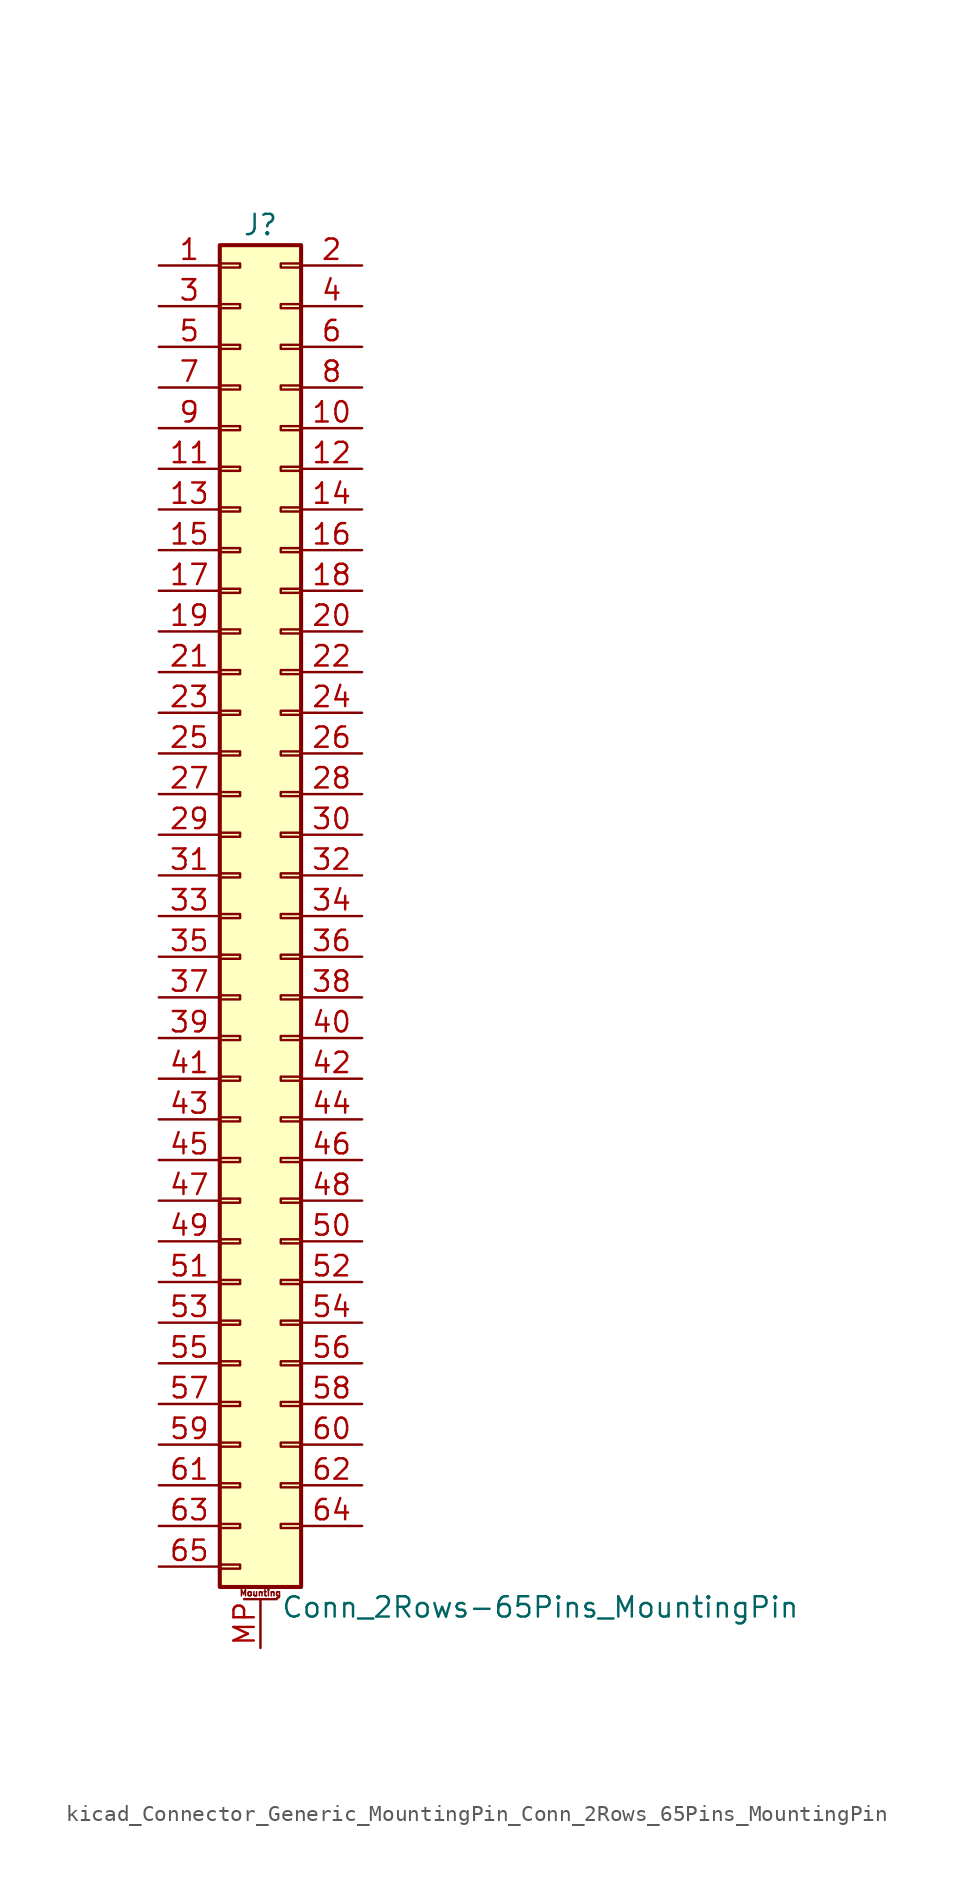
<source format=kicad_sym>
(kicad_symbol_lib
  (version 20220914)
  (generator kicad_symbol_editor)
  (symbol "kicad_Connector_Generic_MountingPin_Conn_2Rows_65Pins_MountingPin"
    (pin_names
      (offset 1.016) hide)
    (property "Reference" "J"
      (at 1.27 43.18 0)
      (effects (font (size 1.27 1.27))))
    (property "Value" "Conn_2Rows-65Pins_MountingPin"
      (at 2.54 -43.18 0)
      (effects (font (size 1.27 1.27)) (justify left)))
    (symbol "kicad_Connector_Generic_MountingPin_Conn_2Rows_65Pins_MountingPin_1_1"
      (rectangle (start -1.27 -40.513) (end 0 -40.767) (stroke (width 0.152) (type default)) (fill (type none)))
      (rectangle (start -1.27 -37.973) (end 0 -38.227) (stroke (width 0.152) (type default)) (fill (type none)))
      (rectangle (start -1.27 -35.433) (end 0 -35.687) (stroke (width 0.152) (type default)) (fill (type none)))
      (rectangle (start -1.27 -32.893) (end 0 -33.147) (stroke (width 0.152) (type default)) (fill (type none)))
      (rectangle (start -1.27 -30.353) (end 0 -30.607) (stroke (width 0.152) (type default)) (fill (type none)))
      (rectangle (start -1.27 -27.813) (end 0 -28.067) (stroke (width 0.152) (type default)) (fill (type none)))
      (rectangle (start -1.27 -25.273) (end 0 -25.527) (stroke (width 0.152) (type default)) (fill (type none)))
      (rectangle (start -1.27 -22.733) (end 0 -22.987) (stroke (width 0.152) (type default)) (fill (type none)))
      (rectangle (start -1.27 -20.193) (end 0 -20.447) (stroke (width 0.152) (type default)) (fill (type none)))
      (rectangle (start -1.27 -17.653) (end 0 -17.907) (stroke (width 0.152) (type default)) (fill (type none)))
      (rectangle (start -1.27 -15.113) (end 0 -15.367) (stroke (width 0.152) (type default)) (fill (type none)))
      (rectangle (start -1.27 -12.573) (end 0 -12.827) (stroke (width 0.152) (type default)) (fill (type none)))
      (rectangle (start -1.27 -10.033) (end 0 -10.287) (stroke (width 0.152) (type default)) (fill (type none)))
      (rectangle (start -1.27 -7.493) (end 0 -7.747) (stroke (width 0.152) (type default)) (fill (type none)))
      (rectangle (start -1.27 -4.953) (end 0 -5.207) (stroke (width 0.152) (type default)) (fill (type none)))
      (rectangle (start -1.27 -2.413) (end 0 -2.667) (stroke (width 0.152) (type default)) (fill (type none)))
      (rectangle (start -1.27 0.127) (end 0 -0.127) (stroke (width 0.152) (type default)) (fill (type none)))
      (rectangle (start -1.27 2.667) (end 0 2.413) (stroke (width 0.152) (type default)) (fill (type none)))
      (rectangle (start -1.27 5.207) (end 0 4.953) (stroke (width 0.152) (type default)) (fill (type none)))
      (rectangle (start -1.27 7.747) (end 0 7.493) (stroke (width 0.152) (type default)) (fill (type none)))
      (rectangle (start -1.27 10.287) (end 0 10.033) (stroke (width 0.152) (type default)) (fill (type none)))
      (rectangle (start -1.27 12.827) (end 0 12.573) (stroke (width 0.152) (type default)) (fill (type none)))
      (rectangle (start -1.27 15.367) (end 0 15.113) (stroke (width 0.152) (type default)) (fill (type none)))
      (rectangle (start -1.27 17.907) (end 0 17.653) (stroke (width 0.152) (type default)) (fill (type none)))
      (rectangle (start -1.27 20.447) (end 0 20.193) (stroke (width 0.152) (type default)) (fill (type none)))
      (rectangle (start -1.27 22.987) (end 0 22.733) (stroke (width 0.152) (type default)) (fill (type none)))
      (rectangle (start -1.27 25.527) (end 0 25.273) (stroke (width 0.152) (type default)) (fill (type none)))
      (rectangle (start -1.27 28.067) (end 0 27.813) (stroke (width 0.152) (type default)) (fill (type none)))
      (rectangle (start -1.27 30.607) (end 0 30.353) (stroke (width 0.152) (type default)) (fill (type none)))
      (rectangle (start -1.27 33.147) (end 0 32.893) (stroke (width 0.152) (type default)) (fill (type none)))
      (rectangle (start -1.27 35.687) (end 0 35.433) (stroke (width 0.152) (type default)) (fill (type none)))
      (rectangle (start -1.27 38.227) (end 0 37.973) (stroke (width 0.152) (type default)) (fill (type none)))
      (rectangle (start -1.27 40.767) (end 0 40.513) (stroke (width 0.152) (type default)) (fill (type none)))
      (rectangle (start -1.27 41.91) (end 3.81 -41.91) (stroke (width 0.254) (type default)) (fill (type background)))
      (polyline (pts (xy 0.254 -42.672) (xy 2.286 -42.672)) (stroke (width 0.152) (type default)) (fill (type none)))
      (rectangle (start 3.81 -37.973) (end 2.54 -38.227) (stroke (width 0.152) (type default)) (fill (type none)))
      (rectangle (start 3.81 -35.433) (end 2.54 -35.687) (stroke (width 0.152) (type default)) (fill (type none)))
      (rectangle (start 3.81 -32.893) (end 2.54 -33.147) (stroke (width 0.152) (type default)) (fill (type none)))
      (rectangle (start 3.81 -30.353) (end 2.54 -30.607) (stroke (width 0.152) (type default)) (fill (type none)))
      (rectangle (start 3.81 -27.813) (end 2.54 -28.067) (stroke (width 0.152) (type default)) (fill (type none)))
      (rectangle (start 3.81 -25.273) (end 2.54 -25.527) (stroke (width 0.152) (type default)) (fill (type none)))
      (rectangle (start 3.81 -22.733) (end 2.54 -22.987) (stroke (width 0.152) (type default)) (fill (type none)))
      (rectangle (start 3.81 -20.193) (end 2.54 -20.447) (stroke (width 0.152) (type default)) (fill (type none)))
      (rectangle (start 3.81 -17.653) (end 2.54 -17.907) (stroke (width 0.152) (type default)) (fill (type none)))
      (rectangle (start 3.81 -15.113) (end 2.54 -15.367) (stroke (width 0.152) (type default)) (fill (type none)))
      (rectangle (start 3.81 -12.573) (end 2.54 -12.827) (stroke (width 0.152) (type default)) (fill (type none)))
      (rectangle (start 3.81 -10.033) (end 2.54 -10.287) (stroke (width 0.152) (type default)) (fill (type none)))
      (rectangle (start 3.81 -7.493) (end 2.54 -7.747) (stroke (width 0.152) (type default)) (fill (type none)))
      (rectangle (start 3.81 -4.953) (end 2.54 -5.207) (stroke (width 0.152) (type default)) (fill (type none)))
      (rectangle (start 3.81 -2.413) (end 2.54 -2.667) (stroke (width 0.152) (type default)) (fill (type none)))
      (rectangle (start 3.81 0.127) (end 2.54 -0.127) (stroke (width 0.152) (type default)) (fill (type none)))
      (rectangle (start 3.81 2.667) (end 2.54 2.413) (stroke (width 0.152) (type default)) (fill (type none)))
      (rectangle (start 3.81 5.207) (end 2.54 4.953) (stroke (width 0.152) (type default)) (fill (type none)))
      (rectangle (start 3.81 7.747) (end 2.54 7.493) (stroke (width 0.152) (type default)) (fill (type none)))
      (rectangle (start 3.81 10.287) (end 2.54 10.033) (stroke (width 0.152) (type default)) (fill (type none)))
      (rectangle (start 3.81 12.827) (end 2.54 12.573) (stroke (width 0.152) (type default)) (fill (type none)))
      (rectangle (start 3.81 15.367) (end 2.54 15.113) (stroke (width 0.152) (type default)) (fill (type none)))
      (rectangle (start 3.81 17.907) (end 2.54 17.653) (stroke (width 0.152) (type default)) (fill (type none)))
      (rectangle (start 3.81 20.447) (end 2.54 20.193) (stroke (width 0.152) (type default)) (fill (type none)))
      (rectangle (start 3.81 22.987) (end 2.54 22.733) (stroke (width 0.152) (type default)) (fill (type none)))
      (rectangle (start 3.81 25.527) (end 2.54 25.273) (stroke (width 0.152) (type default)) (fill (type none)))
      (rectangle (start 3.81 28.067) (end 2.54 27.813) (stroke (width 0.152) (type default)) (fill (type none)))
      (rectangle (start 3.81 30.607) (end 2.54 30.353) (stroke (width 0.152) (type default)) (fill (type none)))
      (rectangle (start 3.81 33.147) (end 2.54 32.893) (stroke (width 0.152) (type default)) (fill (type none)))
      (rectangle (start 3.81 35.687) (end 2.54 35.433) (stroke (width 0.152) (type default)) (fill (type none)))
      (rectangle (start 3.81 38.227) (end 2.54 37.973) (stroke (width 0.152) (type default)) (fill (type none)))
      (rectangle (start 3.81 40.767) (end 2.54 40.513) (stroke (width 0.152) (type default)) (fill (type none)))
      (text "Mounting" (at 1.27 -42.291 0) (effects (font (size 0.381 0.381))))
      (pin passive line (at -5.08 40.64 0) (length 3.81) (name "Pin_1" (effects (font (size 1.27 1.27)))) (number "1" (effects (font (size 1.27 1.27)))))
      (pin passive line (at 7.62 30.48 180) (length 3.81) (name "Pin_10" (effects (font (size 1.27 1.27)))) (number "10" (effects (font (size 1.27 1.27)))))
      (pin passive line (at -5.08 27.94 0) (length 3.81) (name "Pin_11" (effects (font (size 1.27 1.27)))) (number "11" (effects (font (size 1.27 1.27)))))
      (pin passive line (at 7.62 27.94 180) (length 3.81) (name "Pin_12" (effects (font (size 1.27 1.27)))) (number "12" (effects (font (size 1.27 1.27)))))
      (pin passive line (at -5.08 25.4 0) (length 3.81) (name "Pin_13" (effects (font (size 1.27 1.27)))) (number "13" (effects (font (size 1.27 1.27)))))
      (pin passive line (at 7.62 25.4 180) (length 3.81) (name "Pin_14" (effects (font (size 1.27 1.27)))) (number "14" (effects (font (size 1.27 1.27)))))
      (pin passive line (at -5.08 22.86 0) (length 3.81) (name "Pin_15" (effects (font (size 1.27 1.27)))) (number "15" (effects (font (size 1.27 1.27)))))
      (pin passive line (at 7.62 22.86 180) (length 3.81) (name "Pin_16" (effects (font (size 1.27 1.27)))) (number "16" (effects (font (size 1.27 1.27)))))
      (pin passive line (at -5.08 20.32 0) (length 3.81) (name "Pin_17" (effects (font (size 1.27 1.27)))) (number "17" (effects (font (size 1.27 1.27)))))
      (pin passive line (at 7.62 20.32 180) (length 3.81) (name "Pin_18" (effects (font (size 1.27 1.27)))) (number "18" (effects (font (size 1.27 1.27)))))
      (pin passive line (at -5.08 17.78 0) (length 3.81) (name "Pin_19" (effects (font (size 1.27 1.27)))) (number "19" (effects (font (size 1.27 1.27)))))
      (pin passive line (at 7.62 40.64 180) (length 3.81) (name "Pin_2" (effects (font (size 1.27 1.27)))) (number "2" (effects (font (size 1.27 1.27)))))
      (pin passive line (at 7.62 17.78 180) (length 3.81) (name "Pin_20" (effects (font (size 1.27 1.27)))) (number "20" (effects (font (size 1.27 1.27)))))
      (pin passive line (at -5.08 15.24 0) (length 3.81) (name "Pin_21" (effects (font (size 1.27 1.27)))) (number "21" (effects (font (size 1.27 1.27)))))
      (pin passive line (at 7.62 15.24 180) (length 3.81) (name "Pin_22" (effects (font (size 1.27 1.27)))) (number "22" (effects (font (size 1.27 1.27)))))
      (pin passive line (at -5.08 12.7 0) (length 3.81) (name "Pin_23" (effects (font (size 1.27 1.27)))) (number "23" (effects (font (size 1.27 1.27)))))
      (pin passive line (at 7.62 12.7 180) (length 3.81) (name "Pin_24" (effects (font (size 1.27 1.27)))) (number "24" (effects (font (size 1.27 1.27)))))
      (pin passive line (at -5.08 10.16 0) (length 3.81) (name "Pin_25" (effects (font (size 1.27 1.27)))) (number "25" (effects (font (size 1.27 1.27)))))
      (pin passive line (at 7.62 10.16 180) (length 3.81) (name "Pin_26" (effects (font (size 1.27 1.27)))) (number "26" (effects (font (size 1.27 1.27)))))
      (pin passive line (at -5.08 7.62 0) (length 3.81) (name "Pin_27" (effects (font (size 1.27 1.27)))) (number "27" (effects (font (size 1.27 1.27)))))
      (pin passive line (at 7.62 7.62 180) (length 3.81) (name "Pin_28" (effects (font (size 1.27 1.27)))) (number "28" (effects (font (size 1.27 1.27)))))
      (pin passive line (at -5.08 5.08 0) (length 3.81) (name "Pin_29" (effects (font (size 1.27 1.27)))) (number "29" (effects (font (size 1.27 1.27)))))
      (pin passive line (at -5.08 38.1 0) (length 3.81) (name "Pin_3" (effects (font (size 1.27 1.27)))) (number "3" (effects (font (size 1.27 1.27)))))
      (pin passive line (at 7.62 5.08 180) (length 3.81) (name "Pin_30" (effects (font (size 1.27 1.27)))) (number "30" (effects (font (size 1.27 1.27)))))
      (pin passive line (at -5.08 2.54 0) (length 3.81) (name "Pin_31" (effects (font (size 1.27 1.27)))) (number "31" (effects (font (size 1.27 1.27)))))
      (pin passive line (at 7.62 2.54 180) (length 3.81) (name "Pin_32" (effects (font (size 1.27 1.27)))) (number "32" (effects (font (size 1.27 1.27)))))
      (pin passive line (at -5.08 0 0) (length 3.81) (name "Pin_33" (effects (font (size 1.27 1.27)))) (number "33" (effects (font (size 1.27 1.27)))))
      (pin passive line (at 7.62 0 180) (length 3.81) (name "Pin_34" (effects (font (size 1.27 1.27)))) (number "34" (effects (font (size 1.27 1.27)))))
      (pin passive line (at -5.08 -2.54 0) (length 3.81) (name "Pin_35" (effects (font (size 1.27 1.27)))) (number "35" (effects (font (size 1.27 1.27)))))
      (pin passive line (at 7.62 -2.54 180) (length 3.81) (name "Pin_36" (effects (font (size 1.27 1.27)))) (number "36" (effects (font (size 1.27 1.27)))))
      (pin passive line (at -5.08 -5.08 0) (length 3.81) (name "Pin_37" (effects (font (size 1.27 1.27)))) (number "37" (effects (font (size 1.27 1.27)))))
      (pin passive line (at 7.62 -5.08 180) (length 3.81) (name "Pin_38" (effects (font (size 1.27 1.27)))) (number "38" (effects (font (size 1.27 1.27)))))
      (pin passive line (at -5.08 -7.62 0) (length 3.81) (name "Pin_39" (effects (font (size 1.27 1.27)))) (number "39" (effects (font (size 1.27 1.27)))))
      (pin passive line (at 7.62 38.1 180) (length 3.81) (name "Pin_4" (effects (font (size 1.27 1.27)))) (number "4" (effects (font (size 1.27 1.27)))))
      (pin passive line (at 7.62 -7.62 180) (length 3.81) (name "Pin_40" (effects (font (size 1.27 1.27)))) (number "40" (effects (font (size 1.27 1.27)))))
      (pin passive line (at -5.08 -10.16 0) (length 3.81) (name "Pin_41" (effects (font (size 1.27 1.27)))) (number "41" (effects (font (size 1.27 1.27)))))
      (pin passive line (at 7.62 -10.16 180) (length 3.81) (name "Pin_42" (effects (font (size 1.27 1.27)))) (number "42" (effects (font (size 1.27 1.27)))))
      (pin passive line (at -5.08 -12.7 0) (length 3.81) (name "Pin_43" (effects (font (size 1.27 1.27)))) (number "43" (effects (font (size 1.27 1.27)))))
      (pin passive line (at 7.62 -12.7 180) (length 3.81) (name "Pin_44" (effects (font (size 1.27 1.27)))) (number "44" (effects (font (size 1.27 1.27)))))
      (pin passive line (at -5.08 -15.24 0) (length 3.81) (name "Pin_45" (effects (font (size 1.27 1.27)))) (number "45" (effects (font (size 1.27 1.27)))))
      (pin passive line (at 7.62 -15.24 180) (length 3.81) (name "Pin_46" (effects (font (size 1.27 1.27)))) (number "46" (effects (font (size 1.27 1.27)))))
      (pin passive line (at -5.08 -17.78 0) (length 3.81) (name "Pin_47" (effects (font (size 1.27 1.27)))) (number "47" (effects (font (size 1.27 1.27)))))
      (pin passive line (at 7.62 -17.78 180) (length 3.81) (name "Pin_48" (effects (font (size 1.27 1.27)))) (number "48" (effects (font (size 1.27 1.27)))))
      (pin passive line (at -5.08 -20.32 0) (length 3.81) (name "Pin_49" (effects (font (size 1.27 1.27)))) (number "49" (effects (font (size 1.27 1.27)))))
      (pin passive line (at -5.08 35.56 0) (length 3.81) (name "Pin_5" (effects (font (size 1.27 1.27)))) (number "5" (effects (font (size 1.27 1.27)))))
      (pin passive line (at 7.62 -20.32 180) (length 3.81) (name "Pin_50" (effects (font (size 1.27 1.27)))) (number "50" (effects (font (size 1.27 1.27)))))
      (pin passive line (at -5.08 -22.86 0) (length 3.81) (name "Pin_51" (effects (font (size 1.27 1.27)))) (number "51" (effects (font (size 1.27 1.27)))))
      (pin passive line (at 7.62 -22.86 180) (length 3.81) (name "Pin_52" (effects (font (size 1.27 1.27)))) (number "52" (effects (font (size 1.27 1.27)))))
      (pin passive line (at -5.08 -25.4 0) (length 3.81) (name "Pin_53" (effects (font (size 1.27 1.27)))) (number "53" (effects (font (size 1.27 1.27)))))
      (pin passive line (at 7.62 -25.4 180) (length 3.81) (name "Pin_54" (effects (font (size 1.27 1.27)))) (number "54" (effects (font (size 1.27 1.27)))))
      (pin passive line (at -5.08 -27.94 0) (length 3.81) (name "Pin_55" (effects (font (size 1.27 1.27)))) (number "55" (effects (font (size 1.27 1.27)))))
      (pin passive line (at 7.62 -27.94 180) (length 3.81) (name "Pin_56" (effects (font (size 1.27 1.27)))) (number "56" (effects (font (size 1.27 1.27)))))
      (pin passive line (at -5.08 -30.48 0) (length 3.81) (name "Pin_57" (effects (font (size 1.27 1.27)))) (number "57" (effects (font (size 1.27 1.27)))))
      (pin passive line (at 7.62 -30.48 180) (length 3.81) (name "Pin_58" (effects (font (size 1.27 1.27)))) (number "58" (effects (font (size 1.27 1.27)))))
      (pin passive line (at -5.08 -33.02 0) (length 3.81) (name "Pin_59" (effects (font (size 1.27 1.27)))) (number "59" (effects (font (size 1.27 1.27)))))
      (pin passive line (at 7.62 35.56 180) (length 3.81) (name "Pin_6" (effects (font (size 1.27 1.27)))) (number "6" (effects (font (size 1.27 1.27)))))
      (pin passive line (at 7.62 -33.02 180) (length 3.81) (name "Pin_60" (effects (font (size 1.27 1.27)))) (number "60" (effects (font (size 1.27 1.27)))))
      (pin passive line (at -5.08 -35.56 0) (length 3.81) (name "Pin_61" (effects (font (size 1.27 1.27)))) (number "61" (effects (font (size 1.27 1.27)))))
      (pin passive line (at 7.62 -35.56 180) (length 3.81) (name "Pin_62" (effects (font (size 1.27 1.27)))) (number "62" (effects (font (size 1.27 1.27)))))
      (pin passive line (at -5.08 -38.1 0) (length 3.81) (name "Pin_63" (effects (font (size 1.27 1.27)))) (number "63" (effects (font (size 1.27 1.27)))))
      (pin passive line (at 7.62 -38.1 180) (length 3.81) (name "Pin_64" (effects (font (size 1.27 1.27)))) (number "64" (effects (font (size 1.27 1.27)))))
      (pin passive line (at -5.08 -40.64 0) (length 3.81) (name "Pin_65" (effects (font (size 1.27 1.27)))) (number "65" (effects (font (size 1.27 1.27)))))
      (pin passive line (at -5.08 33.02 0) (length 3.81) (name "Pin_7" (effects (font (size 1.27 1.27)))) (number "7" (effects (font (size 1.27 1.27)))))
      (pin passive line (at 7.62 33.02 180) (length 3.81) (name "Pin_8" (effects (font (size 1.27 1.27)))) (number "8" (effects (font (size 1.27 1.27)))))
      (pin passive line (at -5.08 30.48 0) (length 3.81) (name "Pin_9" (effects (font (size 1.27 1.27)))) (number "9" (effects (font (size 1.27 1.27)))))
      (pin passive line (at 1.27 -45.72 90) (length 3.048) (name "MountPin" (effects (font (size 1.27 1.27)))) (number "MP" (effects (font (size 1.27 1.27))))))))
</source>
